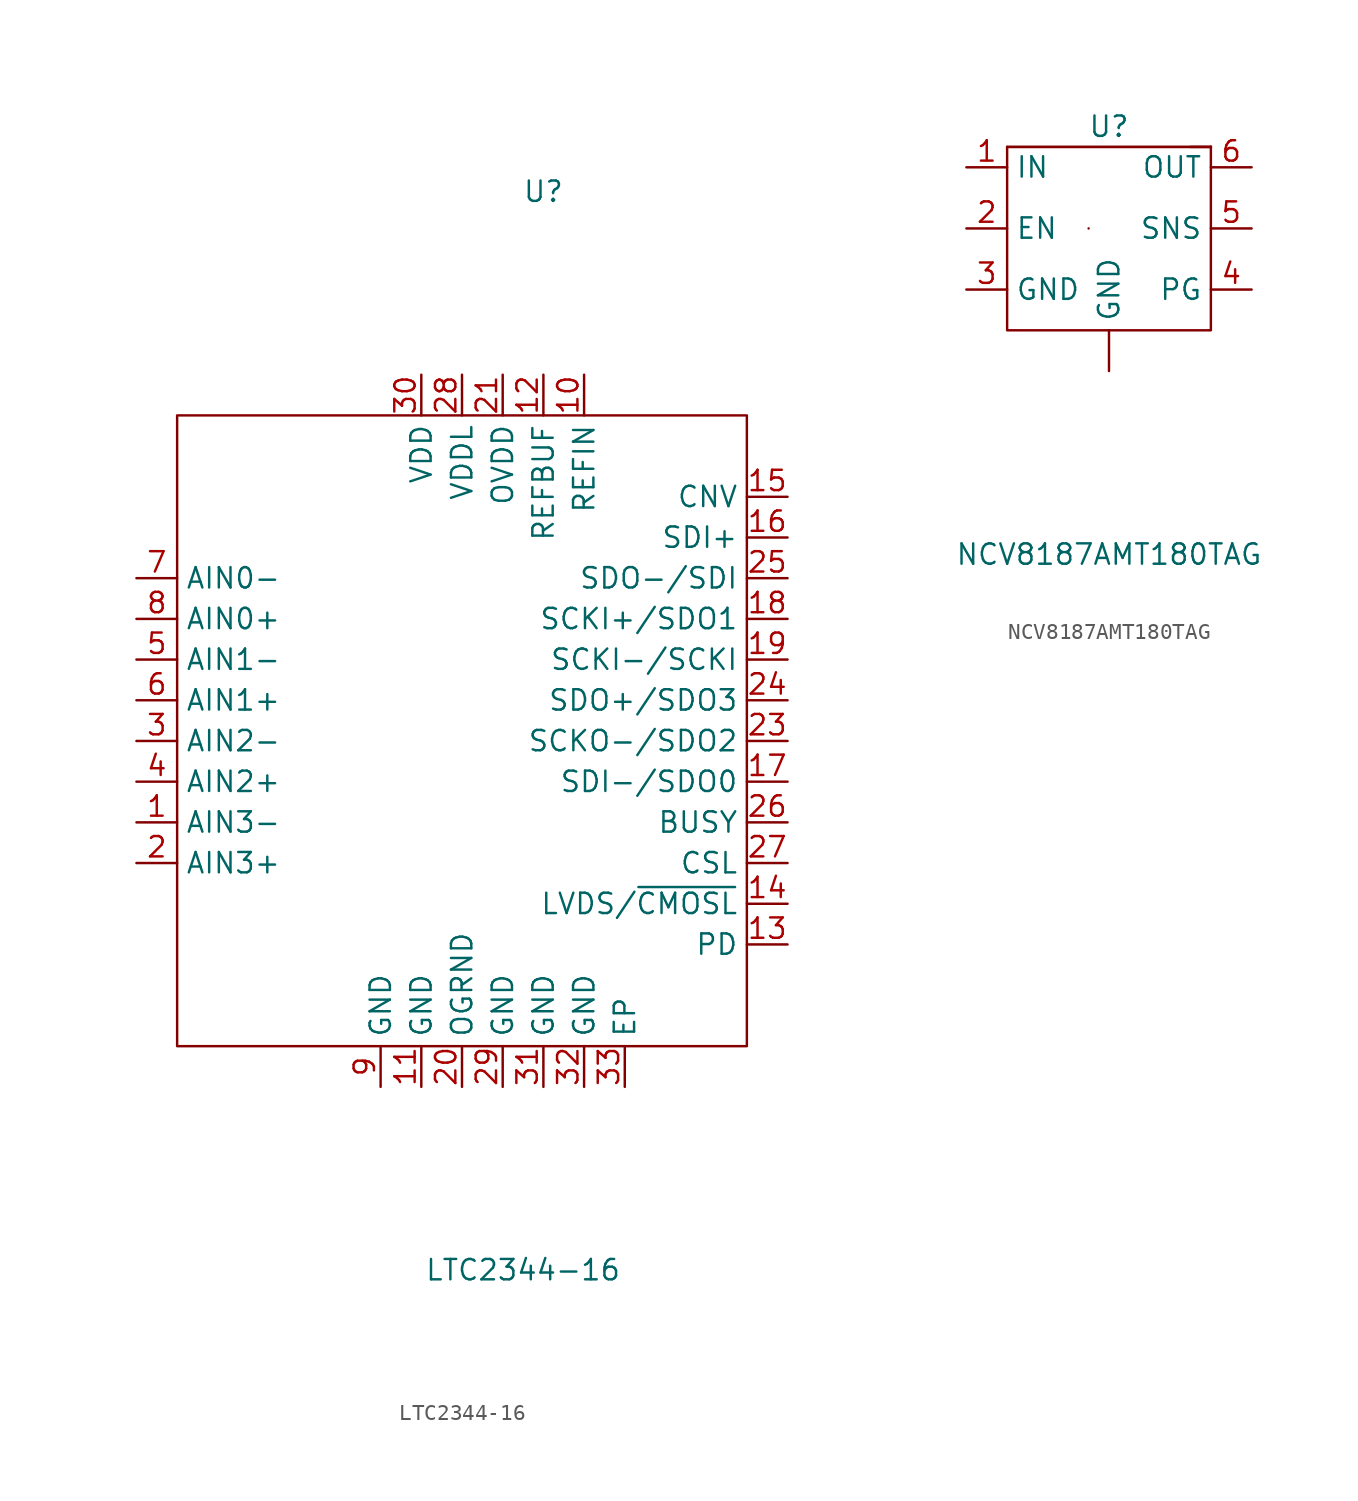
<source format=kicad_sym>
(kicad_symbol_lib
  (version 20211014)
  (generator kicad_symbol_editor)
  (symbol "LTC2344-16"
    (property "Reference" "U"
      (at 0 29.21 0)
      (effects (font (size 1.27 1.27))))
    (property "Value" "LTC2344-16"
      (at -1.27 -38.1 0)
      (effects (font (size 1.27 1.27))))
    (symbol "LTC2344-16_0_1"
      (rectangle (start -22.86 15.24) (end 12.7 -24.13) (stroke (width 0) (type default) (color 0 0 0 0)) (fill (type none))))
    (symbol "LTC2344-16_1_1"
      (pin input line (at -25.4 -10.16 0) (length 2.54) (name "AIN3-" (effects (font (size 1.27 1.27)))) (number "1" (effects (font (size 1.27 1.27)))))
      (pin input line (at 2.54 17.78 270) (length 2.54) (name "REFIN" (effects (font (size 1.27 1.27)))) (number "10" (effects (font (size 1.27 1.27)))))
      (pin input line (at -7.62 -26.67 90) (length 2.54) (name "GND" (effects (font (size 1.27 1.27)))) (number "11" (effects (font (size 1.27 1.27)))))
      (pin input line (at 0 17.78 270) (length 2.54) (name "REFBUF" (effects (font (size 1.27 1.27)))) (number "12" (effects (font (size 1.27 1.27)))))
      (pin input line (at 15.24 -17.78 180) (length 2.54) (name "PD" (effects (font (size 1.27 1.27)))) (number "13" (effects (font (size 1.27 1.27)))))
      (pin input line (at 15.24 -15.24 180) (length 2.54) (name "LVDS/~{CMOSL}" (effects (font (size 1.27 1.27)))) (number "14" (effects (font (size 1.27 1.27)))))
      (pin input line (at 15.24 10.16 180) (length 2.54) (name "CNV" (effects (font (size 1.27 1.27)))) (number "15" (effects (font (size 1.27 1.27)))))
      (pin input line (at 15.24 7.62 180) (length 2.54) (name "SDI+" (effects (font (size 1.27 1.27)))) (number "16" (effects (font (size 1.27 1.27)))))
      (pin input line (at 15.24 -7.62 180) (length 2.54) (name "SDI-/SDO0" (effects (font (size 1.27 1.27)))) (number "17" (effects (font (size 1.27 1.27)))))
      (pin input line (at 15.24 2.54 180) (length 2.54) (name "SCKI+/SDO1" (effects (font (size 1.27 1.27)))) (number "18" (effects (font (size 1.27 1.27)))))
      (pin input line (at 15.24 0 180) (length 2.54) (name "SCKI-/SCKI" (effects (font (size 1.27 1.27)))) (number "19" (effects (font (size 1.27 1.27)))))
      (pin input line (at -25.4 -12.7 0) (length 2.54) (name "AIN3+" (effects (font (size 1.27 1.27)))) (number "2" (effects (font (size 1.27 1.27)))))
      (pin input line (at -5.08 -26.67 90) (length 2.54) (name "OGRND" (effects (font (size 1.27 1.27)))) (number "20" (effects (font (size 1.27 1.27)))))
      (pin input line (at -2.54 17.78 270) (length 2.54) (name "OVDD" (effects (font (size 1.27 1.27)))) (number "21" (effects (font (size 1.27 1.27)))))
      (pin input line (at 15.24 -5.08 180) (length 2.54) (name "SCKO-/SDO2" (effects (font (size 1.27 1.27)))) (number "23" (effects (font (size 1.27 1.27)))))
      (pin input line (at 15.24 -2.54 180) (length 2.54) (name "SDO+/SDO3" (effects (font (size 1.27 1.27)))) (number "24" (effects (font (size 1.27 1.27)))))
      (pin input line (at 15.24 5.08 180) (length 2.54) (name "SDO-/SDI" (effects (font (size 1.27 1.27)))) (number "25" (effects (font (size 1.27 1.27)))))
      (pin input line (at 15.24 -10.16 180) (length 2.54) (name "BUSY" (effects (font (size 1.27 1.27)))) (number "26" (effects (font (size 1.27 1.27)))))
      (pin input line (at 15.24 -12.7 180) (length 2.54) (name "CSL" (effects (font (size 1.27 1.27)))) (number "27" (effects (font (size 1.27 1.27)))))
      (pin input line (at -5.08 17.78 270) (length 2.54) (name "VDDL" (effects (font (size 1.27 1.27)))) (number "28" (effects (font (size 1.27 1.27)))))
      (pin input line (at -2.54 -26.67 90) (length 2.54) (name "GND" (effects (font (size 1.27 1.27)))) (number "29" (effects (font (size 1.27 1.27)))))
      (pin input line (at -25.4 -5.08 0) (length 2.54) (name "AIN2-" (effects (font (size 1.27 1.27)))) (number "3" (effects (font (size 1.27 1.27)))))
      (pin input line (at -7.62 17.78 270) (length 2.54) (name "VDD" (effects (font (size 1.27 1.27)))) (number "30" (effects (font (size 1.27 1.27)))))
      (pin input line (at 0 -26.67 90) (length 2.54) (name "GND" (effects (font (size 1.27 1.27)))) (number "31" (effects (font (size 1.27 1.27)))))
      (pin input line (at 2.54 -26.67 90) (length 2.54) (name "GND" (effects (font (size 1.27 1.27)))) (number "32" (effects (font (size 1.27 1.27)))))
      (pin input line (at 5.08 -26.67 90) (length 2.54) (name "EP" (effects (font (size 1.27 1.27)))) (number "33" (effects (font (size 1.27 1.27)))))
      (pin input line (at -25.4 -7.62 0) (length 2.54) (name "AIN2+" (effects (font (size 1.27 1.27)))) (number "4" (effects (font (size 1.27 1.27)))))
      (pin input line (at -25.4 0 0) (length 2.54) (name "AIN1-" (effects (font (size 1.27 1.27)))) (number "5" (effects (font (size 1.27 1.27)))))
      (pin input line (at -25.4 -2.54 0) (length 2.54) (name "AIN1+" (effects (font (size 1.27 1.27)))) (number "6" (effects (font (size 1.27 1.27)))))
      (pin input line (at -25.4 5.08 0) (length 2.54) (name "AIN0-" (effects (font (size 1.27 1.27)))) (number "7" (effects (font (size 1.27 1.27)))))
      (pin input line (at -25.4 2.54 0) (length 2.54) (name "AIN0+" (effects (font (size 1.27 1.27)))) (number "8" (effects (font (size 1.27 1.27)))))
      (pin input line (at -10.16 -26.67 90) (length 2.54) (name "GND" (effects (font (size 1.27 1.27)))) (number "9" (effects (font (size 1.27 1.27)))))))
  (symbol "NCV8187AMT180TAG"
    (property "Reference" "U"
      (at 0 6.35 0)
      (effects (font (size 1.27 1.27))))
    (property "Value" "NCV8187AMT180TAG"
      (at 0 -20.32 0)
      (effects (font (size 1.27 1.27))))
    (symbol "NCV8187AMT180TAG_0_1"
      (rectangle (start -6.35 5.08) (end -6.35 5.08) (stroke (width 0) (type default) (color 0 0 0 0)) (fill (type none)))
      (rectangle (start -6.35 5.08) (end 6.35 5.08) (stroke (width 0) (type default) (color 0 0 0 0)) (fill (type none)))
      (rectangle (start -1.27 0) (end -1.27 0) (stroke (width 0) (type default) (color 0 0 0 0)) (fill (type none)))
      (rectangle (start 5.08 5.08) (end 6.35 5.08) (stroke (width 0) (type default) (color 0 0 0 0)) (fill (type none)))
      (rectangle (start 6.35 5.08) (end -6.35 -6.35) (stroke (width 0) (type default) (color 0 0 0 0)) (fill (type none)))
      (rectangle (start 6.35 5.08) (end 6.35 5.08) (stroke (width 0) (type default) (color 0 0 0 0)) (fill (type none)))
      (rectangle (start 6.35 5.08) (end 6.35 5.08) (stroke (width 0) (type default) (color 0 0 0 0)) (fill (type none)))
      (rectangle (start 6.35 5.08) (end 6.35 5.08) (stroke (width 0) (type default) (color 0 0 0 0)) (fill (type none)))
      (rectangle (start 6.35 5.08) (end 6.35 5.08) (stroke (width 0) (type default) (color 0 0 0 0)) (fill (type none))))
    (symbol "NCV8187AMT180TAG_1_1"
      (pin input line (at 0 -8.89 90) (length 2.54) (name "GND" (effects (font (size 1.27 1.27)))) (number "" (effects (font (size 1.27 1.27)))))
      (pin input line (at -8.89 3.81 0) (length 2.54) (name "IN" (effects (font (size 1.27 1.27)))) (number "1" (effects (font (size 1.27 1.27)))))
      (pin input line (at -8.89 0 0) (length 2.54) (name "EN" (effects (font (size 1.27 1.27)))) (number "2" (effects (font (size 1.27 1.27)))))
      (pin input line (at -8.89 -3.81 0) (length 2.54) (name "GND" (effects (font (size 1.27 1.27)))) (number "3" (effects (font (size 1.27 1.27)))))
      (pin open_collector line (at 8.89 -3.81 180) (length 2.54) (name "PG" (effects (font (size 1.27 1.27)))) (number "4" (effects (font (size 1.27 1.27)))))
      (pin input line (at 8.89 0 180) (length 2.54) (name "SNS" (effects (font (size 1.27 1.27)))) (number "5" (effects (font (size 1.27 1.27)))))
      (pin output line (at 8.89 3.81 180) (length 2.54) (name "OUT" (effects (font (size 1.27 1.27)))) (number "6" (effects (font (size 1.27 1.27))))))))
</source>
